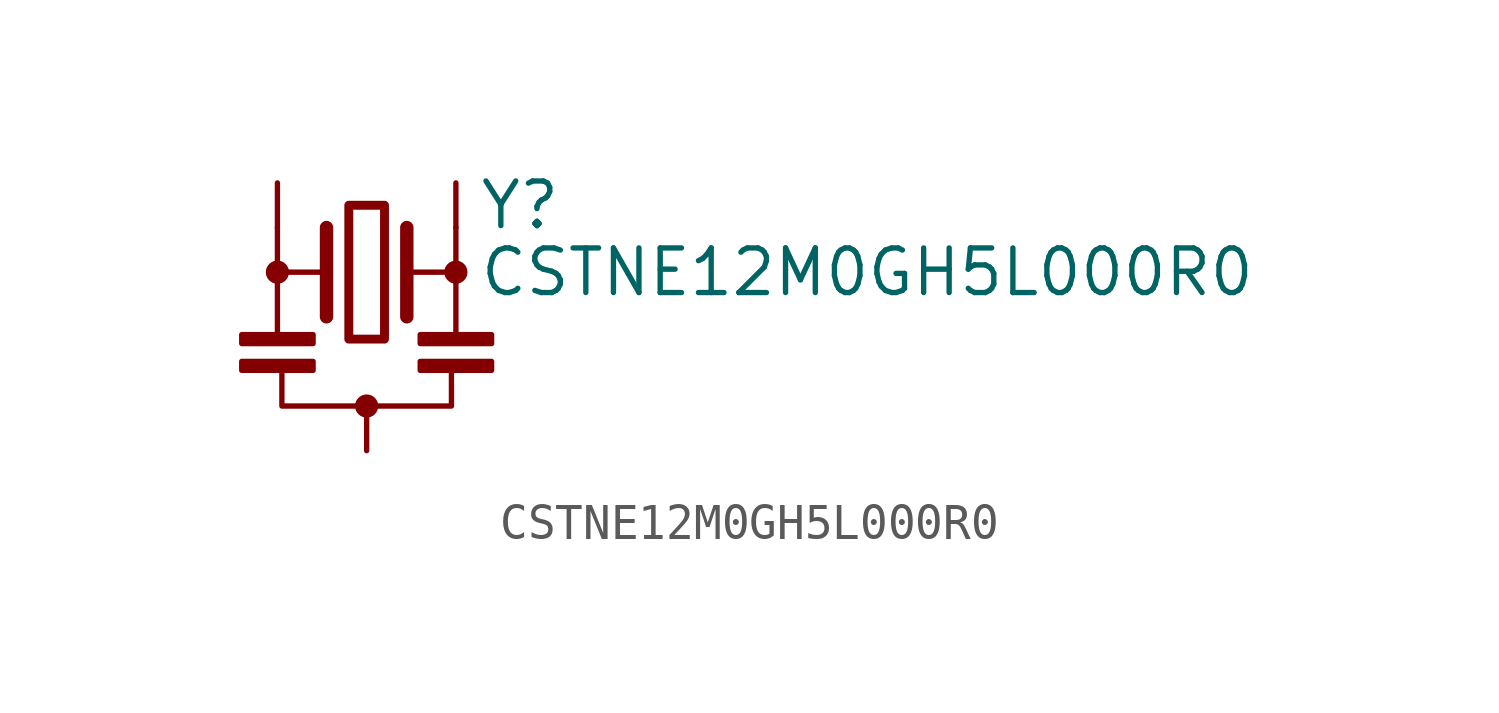
<source format=kicad_sym>
(kicad_symbol_lib
  (version 20231120)
  (generator "kicad_symbol_editor")
  (generator_version "8.0")
  (symbol "CSTNE12M0GH5L000R0"
    (pin_numbers hide)
    (pin_names
      (offset 1.016) hide)
    (property "Reference" "Y"
      (at 3.175 1.905 0)
      (effects (font (size 1.27 1.27)) (justify left)))
    (property "Value" "CSTNE12M0GH5L000R0"
      (at 3.175 0 0)
      (effects (font (size 1.27 1.27)) (justify left)))
    (symbol "CSTNE12M0GH5L000R0_0_1"
      (rectangle (start -3.556 -2.54) (end -1.524 -2.794) (stroke (width 0) (type default)) (fill (type outline)))
      (rectangle (start -3.556 -1.778) (end -1.524 -2.032) (stroke (width 0) (type default)) (fill (type outline)))
      (circle (center -2.54 0) (radius 0.254) (stroke (width 0) (type default)) (fill (type outline)))
      (rectangle (start -0.508 1.905) (end 0.508 -1.905) (stroke (width 0.254) (type default)) (fill (type none)))
      (circle (center 0 -3.81) (radius 0.254) (stroke (width 0) (type default)) (fill (type outline)))
      (polyline (pts (xy -2.54 -1.778) (xy -2.54 0)) (stroke (width 0) (type default)) (fill (type none)))
      (polyline (pts (xy -2.54 0) (xy -1.143 0)) (stroke (width 0) (type default)) (fill (type none)))
      (polyline (pts (xy -2.54 1.27) (xy -2.54 0)) (stroke (width 0) (type default)) (fill (type none)))
      (polyline (pts (xy -1.143 -1.27) (xy -1.143 1.27)) (stroke (width 0.381) (type default)) (fill (type none)))
      (polyline (pts (xy 1.143 -1.27) (xy 1.143 1.27)) (stroke (width 0.381) (type default)) (fill (type none)))
      (polyline (pts (xy 1.143 0) (xy 2.54 0)) (stroke (width 0) (type default)) (fill (type none)))
      (polyline (pts (xy 2.54 0) (xy 2.54 -1.778)) (stroke (width 0) (type default)) (fill (type none)))
      (polyline (pts (xy 2.54 1.27) (xy 2.54 0)) (stroke (width 0) (type default)) (fill (type none)))
      (polyline (pts (xy 2.413 -2.794) (xy 2.413 -3.81) (xy -2.413 -3.81) (xy -2.413 -2.667)) (stroke (width 0) (type default)) (fill (type none)))
      (rectangle (start 1.524 -2.54) (end 3.556 -2.794) (stroke (width 0) (type default)) (fill (type outline)))
      (rectangle (start 1.524 -1.778) (end 3.556 -2.032) (stroke (width 0) (type default)) (fill (type outline)))
      (circle (center 2.54 0) (radius 0.254) (stroke (width 0) (type default)) (fill (type outline))))
    (symbol "CSTNE12M0GH5L000R0_1_1"
      (pin passive line (at -2.54 2.54 270) (length 1.27) (name "1" (effects (font (size 1.27 1.27)))) (number "1" (effects (font (size 1.27 1.27)))))
      (pin passive line (at 0 -5.08 90) (length 1.27) (name "2" (effects (font (size 1.27 1.27)))) (number "2" (effects (font (size 1.27 1.27)))))
      (pin passive line (at 2.54 2.54 270) (length 1.27) (name "3" (effects (font (size 1.27 1.27)))) (number "3" (effects (font (size 1.27 1.27))))))))
</source>
